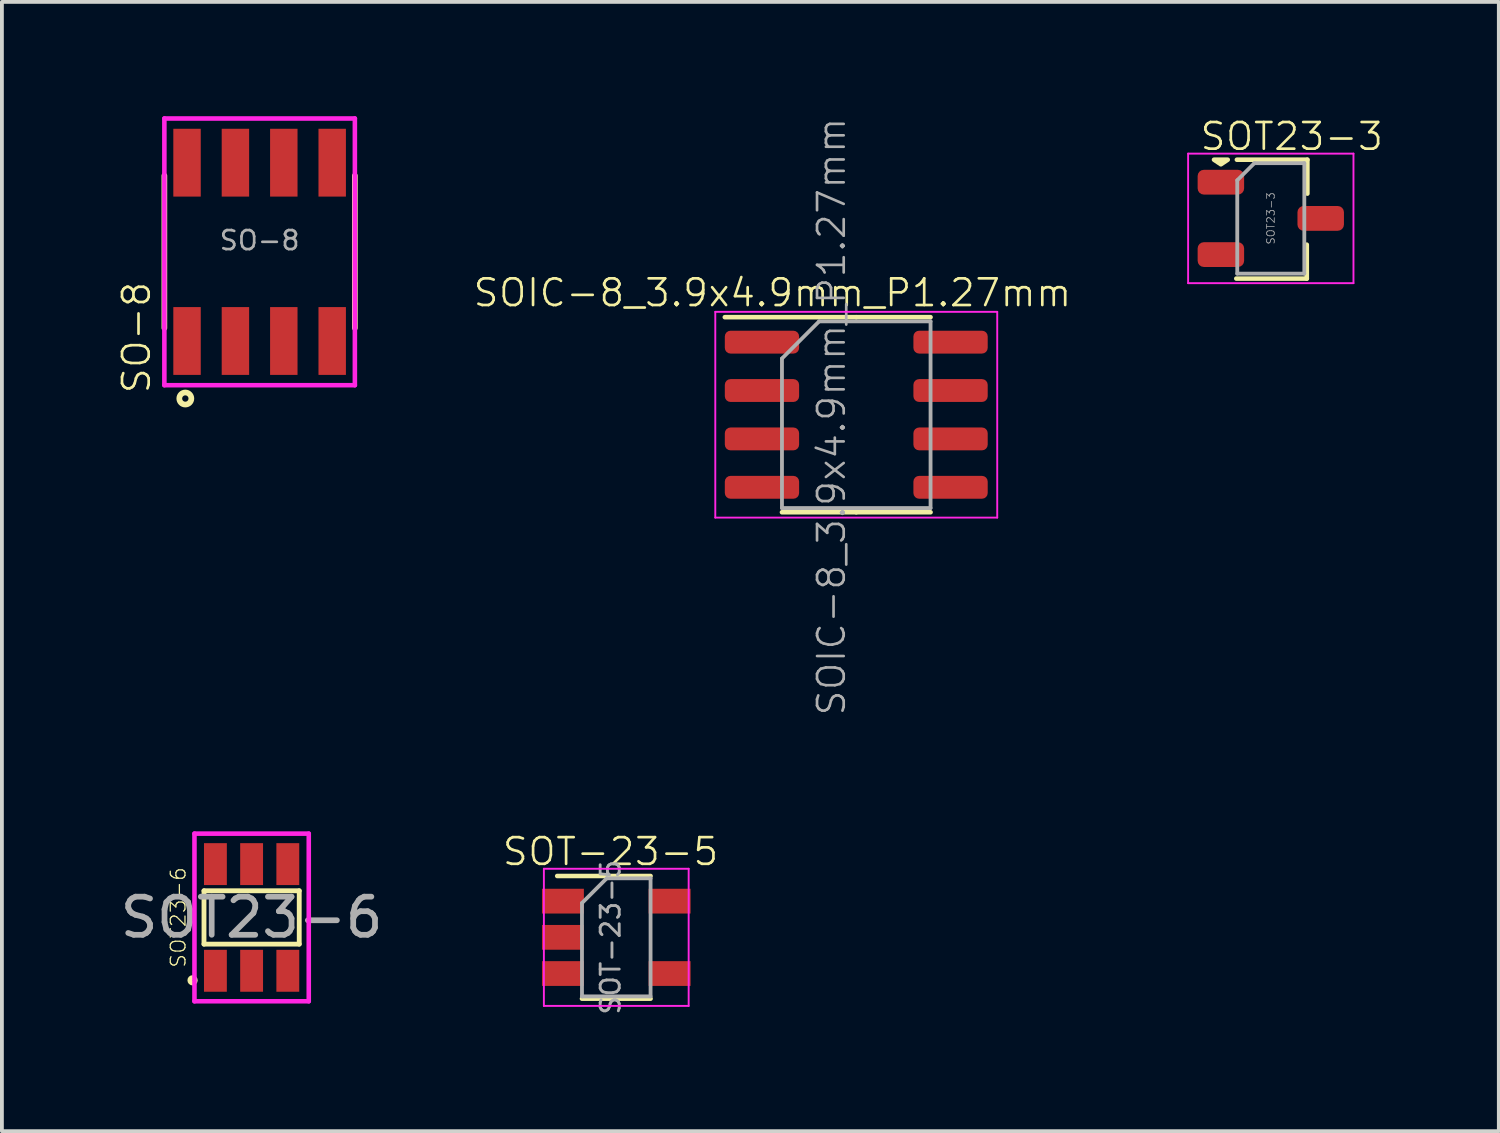
<source format=kicad_pcb>
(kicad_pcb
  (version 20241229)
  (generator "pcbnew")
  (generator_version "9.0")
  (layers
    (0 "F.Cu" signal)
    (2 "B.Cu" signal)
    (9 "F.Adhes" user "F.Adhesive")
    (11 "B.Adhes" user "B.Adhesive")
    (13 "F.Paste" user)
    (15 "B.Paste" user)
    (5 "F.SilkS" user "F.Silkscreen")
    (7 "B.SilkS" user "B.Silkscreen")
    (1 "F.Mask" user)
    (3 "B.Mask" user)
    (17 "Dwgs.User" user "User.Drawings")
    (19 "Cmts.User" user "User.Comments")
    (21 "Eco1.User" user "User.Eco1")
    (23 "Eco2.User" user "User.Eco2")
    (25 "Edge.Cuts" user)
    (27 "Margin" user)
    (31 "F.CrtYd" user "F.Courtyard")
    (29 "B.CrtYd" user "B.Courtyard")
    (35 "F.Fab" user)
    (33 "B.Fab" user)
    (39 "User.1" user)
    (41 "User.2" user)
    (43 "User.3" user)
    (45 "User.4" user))
  (footprint "SOT23-6"
    (layer "F.Cu")
    (at 3.554 21.03)
    (property "Reference" "SOT23-6" (at -1.7 0 90) (layer "F.SilkS") (effects (font (size 0.386 0.386) (thickness 0.033)) (justify bottom)))
    (attr through_hole)
    (fp_line (start -1.25 -0.7) (end 1.25 -0.7) (stroke (width 0.127) (type solid)) (layer "F.SilkS"))
    (fp_line (start -1.25 0.7) (end -1.25 -0.7) (stroke (width 0.127) (type solid)) (layer "F.SilkS"))
    (fp_line (start 1.25 -0.7) (end 1.25 0.7) (stroke (width 0.127) (type solid)) (layer "F.SilkS"))
    (fp_line (start 1.25 0.7) (end -1.25 0.7) (stroke (width 0.127) (type solid)) (layer "F.SilkS"))
    (fp_circle (center -1.55 1.65) (end -1.479 1.65) (stroke (width 0.127) (type solid)) (fill no) (layer "F.SilkS"))
    (fp_line (start -1.5 -2.2) (end -1.5 2.2) (stroke (width 0.12) (type solid)) (layer "F.CrtYd"))
    (fp_line (start -1.5 -2.2) (end 1.5 -2.2) (stroke (width 0.12) (type solid)) (layer "F.CrtYd"))
    (fp_line (start -1.5 2.2) (end 1.5 2.2) (stroke (width 0.12) (type solid)) (layer "F.CrtYd"))
    (fp_line (start 1.5 2.2) (end 1.5 -2.2) (stroke (width 0.12) (type solid)) (layer "F.CrtYd"))
    (fp_text user "${REFERENCE}" (at 0 0 0) (layer "F.Fab") (effects (font (size 1 1) (thickness 0.15))))
    (pad "P1" smd rect (at -0.95 1.4) (size 0.6 1.1) (layers "F.Cu" "F.Mask" "F.Paste"))
    (pad "P2" smd rect (at 0 1.4) (size 0.6 1.1) (layers "F.Cu" "F.Mask" "F.Paste"))
    (pad "P3" smd rect (at 0.95 1.4) (size 0.6 1.1) (layers "F.Cu" "F.Mask" "F.Paste"))
    (pad "P4" smd rect (at 0.95 -1.4) (size 0.6 1.1) (layers "F.Cu" "F.Mask" "F.Paste"))
    (pad "P5" smd rect (at 0 -1.4) (size 0.6 1.1) (layers "F.Cu" "F.Mask" "F.Paste"))
    (pad "P6" smd rect (at -0.95 -1.4) (size 0.6 1.1) (layers "F.Cu" "F.Mask" "F.Paste")))
  (footprint "SOT23-3"
    (layer "F.Cu")
    (at 30.304 2.682)
    (property "Reference" "SOT23-3" (at 0.55 -2.15 0) (layer "F.SilkS") (effects (font (size 0.7 0.7) (thickness 0.07))))
    (attr smd)
    (fp_line (start 0.945 0.69) (end 0.945 1.58) (stroke (width 0.12) (type solid)) (layer "F.SilkS"))
    (fp_line (start 0.945 1.58) (end -0.905 1.58) (stroke (width 0.12) (type solid)) (layer "F.SilkS"))
    (fp_line (start 0.96 -1.54) (end -0.89 -1.54) (stroke (width 0.12) (type solid)) (layer "F.SilkS"))
    (fp_line (start 0.96 -1.54) (end 0.96 -0.65) (stroke (width 0.12) (type solid)) (layer "F.SilkS"))
    (fp_poly (pts (xy -1.31 -1.42) (xy -1.49 -1.54) (xy -1.13 -1.54) (xy -1.31 -1.42)) (stroke (width 0.12) (type solid)) (fill yes) (layer "F.SilkS"))
    (fp_line (start -2.17 -1.7) (end -2.17 1.7) (stroke (width 0.05) (type solid)) (layer "F.CrtYd"))
    (fp_line (start -2.17 -1.7) (end 2.17 -1.7) (stroke (width 0.05) (type solid)) (layer "F.CrtYd"))
    (fp_line (start 2.17 1.7) (end -2.17 1.7) (stroke (width 0.05) (type solid)) (layer "F.CrtYd"))
    (fp_line (start 2.17 1.7) (end 2.17 -1.7) (stroke (width 0.05) (type solid)) (layer "F.CrtYd"))
    (fp_line (start -0.88 -1) (end -0.88 1.45) (stroke (width 0.1) (type solid)) (layer "F.Fab"))
    (fp_line (start -0.88 -1) (end -0.43 -1.45) (stroke (width 0.1) (type solid)) (layer "F.Fab"))
    (fp_line (start 0.88 -1.45) (end -0.43 -1.45) (stroke (width 0.1) (type solid)) (layer "F.Fab"))
    (fp_line (start 0.88 -1.45) (end 0.88 1.45) (stroke (width 0.1) (type solid)) (layer "F.Fab"))
    (fp_line (start 0.88 1.45) (end -0.88 1.45) (stroke (width 0.1) (type solid)) (layer "F.Fab"))
    (fp_text user "${REFERENCE}" (at 0 0 90) (layer "F.Fab") (effects (font (size 0.2 0.2) (thickness 0.02))))
    (pad "1" smd roundrect (at -1.31 -0.95) (size 1.22 0.65) (layers "F.Cu" "F.Mask" "F.Paste") (roundrect_rratio 0.25))
    (pad "2" smd roundrect (at -1.31 0.95) (size 1.22 0.65) (layers "F.Cu" "F.Mask" "F.Paste") (roundrect_rratio 0.25))
    (pad "3" smd roundrect (at 1.31 0) (size 1.22 0.65) (layers "F.Cu" "F.Mask" "F.Paste") (roundrect_rratio 0.25)))
  (footprint "SOIC-8_3.9x4.9mm_P1.27mm"
    (layer "F.Cu")
    (at 19.424 7.835)
    (property "Reference" "SOIC-8_3.9x4.9mm_P1.27mm" (at -2.2 -3.2 0) (layer "F.SilkS") (effects (font (size 0.7 0.7) (thickness 0.07))))
    (attr smd)
    (fp_line (start 0 -2.56) (end -3.45 -2.56) (stroke (width 0.12) (type solid)) (layer "F.SilkS"))
    (fp_line (start 0 -2.56) (end 1.95 -2.56) (stroke (width 0.12) (type solid)) (layer "F.SilkS"))
    (fp_line (start 0 2.56) (end -1.95 2.56) (stroke (width 0.12) (type solid)) (layer "F.SilkS"))
    (fp_line (start 0 2.56) (end 1.95 2.56) (stroke (width 0.12) (type solid)) (layer "F.SilkS"))
    (fp_line (start -3.7 -2.7) (end -3.7 2.7) (stroke (width 0.05) (type solid)) (layer "F.CrtYd"))
    (fp_line (start -3.7 2.7) (end 3.7 2.7) (stroke (width 0.05) (type solid)) (layer "F.CrtYd"))
    (fp_line (start 3.7 -2.7) (end -3.7 -2.7) (stroke (width 0.05) (type solid)) (layer "F.CrtYd"))
    (fp_line (start 3.7 2.7) (end 3.7 -2.7) (stroke (width 0.05) (type solid)) (layer "F.CrtYd"))
    (fp_line (start -1.95 -1.475) (end -0.975 -2.45) (stroke (width 0.1) (type solid)) (layer "F.Fab"))
    (fp_line (start -1.95 2.45) (end -1.95 -1.475) (stroke (width 0.1) (type solid)) (layer "F.Fab"))
    (fp_line (start -0.975 -2.45) (end 1.95 -2.45) (stroke (width 0.1) (type solid)) (layer "F.Fab"))
    (fp_line (start 1.95 -2.45) (end 1.95 2.45) (stroke (width 0.1) (type solid)) (layer "F.Fab"))
    (fp_line (start 1.95 2.45) (end -1.95 2.45) (stroke (width 0.1) (type solid)) (layer "F.Fab"))
    (fp_text user "${REFERENCE}" (at -0.65 0.05 90) (layer "F.Fab") (effects (font (size 0.7 0.7) (thickness 0.07))))
    (pad "1" smd roundrect (at -2.475 -1.905) (size 1.95 0.6) (layers "F.Cu" "F.Mask" "F.Paste") (roundrect_rratio 0.25))
    (pad "2" smd roundrect (at -2.475 -0.635) (size 1.95 0.6) (layers "F.Cu" "F.Mask" "F.Paste") (roundrect_rratio 0.25))
    (pad "3" smd roundrect (at -2.475 0.635) (size 1.95 0.6) (layers "F.Cu" "F.Mask" "F.Paste") (roundrect_rratio 0.25))
    (pad "4" smd roundrect (at -2.475 1.905) (size 1.95 0.6) (layers "F.Cu" "F.Mask" "F.Paste") (roundrect_rratio 0.25))
    (pad "5" smd roundrect (at 2.475 1.905) (size 1.95 0.6) (layers "F.Cu" "F.Mask" "F.Paste") (roundrect_rratio 0.25))
    (pad "6" smd roundrect (at 2.475 0.635) (size 1.95 0.6) (layers "F.Cu" "F.Mask" "F.Paste") (roundrect_rratio 0.25))
    (pad "7" smd roundrect (at 2.475 -0.635) (size 1.95 0.6) (layers "F.Cu" "F.Mask" "F.Paste") (roundrect_rratio 0.25))
    (pad "8" smd roundrect (at 2.475 -1.905) (size 1.95 0.6) (layers "F.Cu" "F.Mask" "F.Paste") (roundrect_rratio 0.25)))
  (footprint "SO-8"
    (layer "F.Cu")
    (at 3.764 3.56)
    (property "Reference" "SO-8" (at -3.232 2.25 90) (layer "F.SilkS") (effects (font (size 0.7 0.7) (thickness 0.07))))
    (property "Value" "${VALUE}ALUE" (at 0 0.35 0) (layer "F.Fab") (hide yes) (effects (font (size 0.5 0.5) (thickness 0.07))))
    (attr smd)
    (fp_line (start -2.5 -2) (end -2.5 2) (stroke (width 0.15) (type solid)) (layer "F.SilkS"))
    (fp_line (start 2.5 -2) (end 2.5 2) (stroke (width 0.15) (type solid)) (layer "F.SilkS"))
    (fp_circle (center -1.95 3.85) (end -1.8 3.9) (stroke (width 0.15) (type solid)) (fill no) (layer "F.SilkS"))
    (fp_line (start -2.5 -3.5) (end -2.5 3.5) (stroke (width 0.12) (type solid)) (layer "F.CrtYd"))
    (fp_line (start -2.5 3.5) (end 2.5 3.5) (stroke (width 0.12) (type solid)) (layer "F.CrtYd"))
    (fp_line (start 2.5 -3.5) (end -2.5 -3.5) (stroke (width 0.12) (type solid)) (layer "F.CrtYd"))
    (fp_line (start 2.5 3.5) (end 2.5 -3.5) (stroke (width 0.12) (type solid)) (layer "F.CrtYd"))
    (fp_text user "${REFERENCE}" (at 0 -0.3 0) (layer "F.Fab") (effects (font (size 0.5 0.5) (thickness 0.07))))
    (pad "1" smd rect (at -1.905 2.34) (size 0.72 1.78) (layers "F.Cu" "F.Mask" "F.Paste"))
    (pad "2" smd rect (at -0.635 2.34) (size 0.72 1.78) (layers "F.Cu" "F.Mask" "F.Paste"))
    (pad "3" smd rect (at 0.635 2.34) (size 0.72 1.78) (layers "F.Cu" "F.Mask" "F.Paste"))
    (pad "4" smd rect (at 1.905 2.34) (size 0.72 1.78) (layers "F.Cu" "F.Mask" "F.Paste"))
    (pad "5" smd rect (at 1.905 -2.34) (size 0.72 1.78) (layers "F.Cu" "F.Mask" "F.Paste"))
    (pad "6" smd rect (at 0.635 -2.34) (size 0.72 1.78) (layers "F.Cu" "F.Mask" "F.Paste"))
    (pad "7" smd rect (at -0.635 -2.34) (size 0.72 1.78) (layers "F.Cu" "F.Mask" "F.Paste"))
    (pad "8" smd rect (at -1.905 -2.34) (size 0.72 1.78) (layers "F.Cu" "F.Mask" "F.Paste")))
  (footprint "SOT-23-5"
    (layer "F.Cu")
    (at 13.125 21.552)
    (property "Reference" "SOT-23-5" (at -0.15 -2.25 0) (layer "F.SilkS") (effects (font (size 0.7 0.7) (thickness 0.07))))
    (attr smd)
    (fp_line (start -0.9 1.61) (end 0.9 1.61) (stroke (width 0.12) (type solid)) (layer "F.SilkS"))
    (fp_line (start 0.9 -1.61) (end -1.55 -1.61) (stroke (width 0.12) (type solid)) (layer "F.SilkS"))
    (fp_line (start -1.9 -1.8) (end 1.9 -1.8) (stroke (width 0.05) (type solid)) (layer "F.CrtYd"))
    (fp_line (start -1.9 1.8) (end -1.9 -1.8) (stroke (width 0.05) (type solid)) (layer "F.CrtYd"))
    (fp_line (start 1.9 -1.8) (end 1.9 1.8) (stroke (width 0.05) (type solid)) (layer "F.CrtYd"))
    (fp_line (start 1.9 1.8) (end -1.9 1.8) (stroke (width 0.05) (type solid)) (layer "F.CrtYd"))
    (fp_line (start -0.9 -0.9) (end -0.9 1.55) (stroke (width 0.1) (type solid)) (layer "F.Fab"))
    (fp_line (start -0.9 -0.9) (end -0.25 -1.55) (stroke (width 0.1) (type solid)) (layer "F.Fab"))
    (fp_line (start 0.9 -1.55) (end -0.25 -1.55) (stroke (width 0.1) (type solid)) (layer "F.Fab"))
    (fp_line (start 0.9 -1.55) (end 0.9 1.55) (stroke (width 0.1) (type solid)) (layer "F.Fab"))
    (fp_line (start 0.9 1.55) (end -0.9 1.55) (stroke (width 0.1) (type solid)) (layer "F.Fab"))
    (fp_text user "${REFERENCE}" (at -0.15 0 90) (layer "F.Fab") (effects (font (size 0.5 0.5) (thickness 0.075))))
    (pad "1" smd rect (at -1.4 -0.95) (size 1.1 0.65) (layers "F.Cu" "F.Mask" "F.Paste"))
    (pad "2" smd rect (at -1.4 0) (size 1.1 0.65) (layers "F.Cu" "F.Mask" "F.Paste"))
    (pad "3" smd rect (at -1.4 0.95) (size 1.1 0.65) (layers "F.Cu" "F.Mask" "F.Paste"))
    (pad "4" smd rect (at 1.4 0.95) (size 1.1 0.65) (layers "F.Cu" "F.Mask" "F.Paste"))
    (pad "5" smd rect (at 1.4 -0.95) (size 1.1 0.65) (layers "F.Cu" "F.Mask" "F.Paste")))
  (gr_rect
    (start -3 -3)
    (end 36.289 26.639)
    (stroke (width 0.1) (type default))
    (fill no)
    (layer "Edge.Cuts")))
</source>
